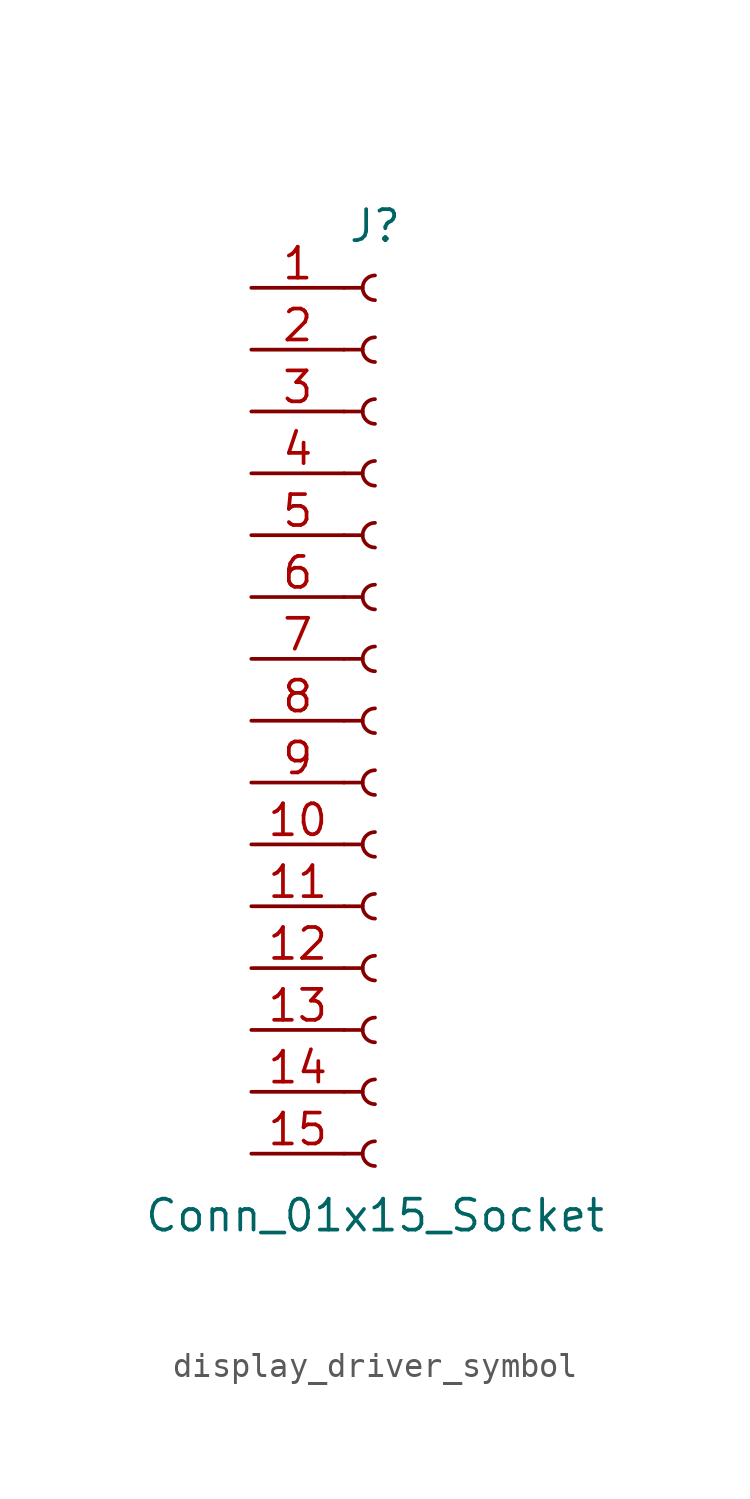
<source format=kicad_sym>
(kicad_symbol_lib
  (version 20220914)
  (generator kicad_symbol_editor)
  (symbol "display_driver_symbol"
    (pin_names
      (offset 1.016) hide)
    (property "Reference" "J"
      (at 0 20.32 0)
      (effects (font (size 1.27 1.27))))
    (property "Value" "Conn_01x15_Socket"
      (at 0 -20.32 0)
      (effects (font (size 1.27 1.27))))
    (symbol "display_driver_symbol_1_1"
      (arc (start 0 -17.272) (mid -0.5058 -17.78) (end 0 -18.288) (stroke (width 0.1524) (type default)) (fill (type none)))
      (arc (start 0 -14.732) (mid -0.5058 -15.24) (end 0 -15.748) (stroke (width 0.1524) (type default)) (fill (type none)))
      (arc (start 0 -12.192) (mid -0.5058 -12.7) (end 0 -13.208) (stroke (width 0.1524) (type default)) (fill (type none)))
      (arc (start 0 -9.652) (mid -0.5058 -10.16) (end 0 -10.668) (stroke (width 0.1524) (type default)) (fill (type none)))
      (arc (start 0 -7.112) (mid -0.5058 -7.62) (end 0 -8.128) (stroke (width 0.1524) (type default)) (fill (type none)))
      (arc (start 0 -4.572) (mid -0.5058 -5.08) (end 0 -5.588) (stroke (width 0.1524) (type default)) (fill (type none)))
      (arc (start 0 -2.032) (mid -0.5058 -2.54) (end 0 -3.048) (stroke (width 0.1524) (type default)) (fill (type none)))
      (polyline (pts (xy -1.27 -17.78) (xy -0.508 -17.78)) (stroke (width 0.152) (type default)) (fill (type none)))
      (polyline (pts (xy -1.27 -15.24) (xy -0.508 -15.24)) (stroke (width 0.152) (type default)) (fill (type none)))
      (polyline (pts (xy -1.27 -12.7) (xy -0.508 -12.7)) (stroke (width 0.152) (type default)) (fill (type none)))
      (polyline (pts (xy -1.27 -10.16) (xy -0.508 -10.16)) (stroke (width 0.152) (type default)) (fill (type none)))
      (polyline (pts (xy -1.27 -7.62) (xy -0.508 -7.62)) (stroke (width 0.152) (type default)) (fill (type none)))
      (polyline (pts (xy -1.27 -5.08) (xy -0.508 -5.08)) (stroke (width 0.152) (type default)) (fill (type none)))
      (polyline (pts (xy -1.27 -2.54) (xy -0.508 -2.54)) (stroke (width 0.152) (type default)) (fill (type none)))
      (polyline (pts (xy -1.27 0) (xy -0.508 0)) (stroke (width 0.152) (type default)) (fill (type none)))
      (polyline (pts (xy -1.27 2.54) (xy -0.508 2.54)) (stroke (width 0.152) (type default)) (fill (type none)))
      (polyline (pts (xy -1.27 5.08) (xy -0.508 5.08)) (stroke (width 0.152) (type default)) (fill (type none)))
      (polyline (pts (xy -1.27 7.62) (xy -0.508 7.62)) (stroke (width 0.152) (type default)) (fill (type none)))
      (polyline (pts (xy -1.27 10.16) (xy -0.508 10.16)) (stroke (width 0.152) (type default)) (fill (type none)))
      (polyline (pts (xy -1.27 12.7) (xy -0.508 12.7)) (stroke (width 0.152) (type default)) (fill (type none)))
      (polyline (pts (xy -1.27 15.24) (xy -0.508 15.24)) (stroke (width 0.152) (type default)) (fill (type none)))
      (polyline (pts (xy -1.27 17.78) (xy -0.508 17.78)) (stroke (width 0.152) (type default)) (fill (type none)))
      (arc (start 0 0.508) (mid -0.5058 0) (end 0 -0.508) (stroke (width 0.1524) (type default)) (fill (type none)))
      (arc (start 0 3.048) (mid -0.5058 2.54) (end 0 2.032) (stroke (width 0.1524) (type default)) (fill (type none)))
      (arc (start 0 5.588) (mid -0.5058 5.08) (end 0 4.572) (stroke (width 0.1524) (type default)) (fill (type none)))
      (arc (start 0 8.128) (mid -0.5058 7.62) (end 0 7.112) (stroke (width 0.1524) (type default)) (fill (type none)))
      (arc (start 0 10.668) (mid -0.5058 10.16) (end 0 9.652) (stroke (width 0.1524) (type default)) (fill (type none)))
      (arc (start 0 13.208) (mid -0.5058 12.7) (end 0 12.192) (stroke (width 0.1524) (type default)) (fill (type none)))
      (arc (start 0 15.748) (mid -0.5058 15.24) (end 0 14.732) (stroke (width 0.1524) (type default)) (fill (type none)))
      (arc (start 0 18.288) (mid -0.5058 17.78) (end 0 17.272) (stroke (width 0.1524) (type default)) (fill (type none)))
      (pin passive line (at -5.08 17.78 0) (length 3.81) (name "VIN" (effects (font (size 1.27 1.27)))) (number "1" (effects (font (size 1.27 1.27)))))
      (pin passive line (at -5.08 -5.08 0) (length 3.81) (name "WAIT" (effects (font (size 1.27 1.27)))) (number "10" (effects (font (size 1.27 1.27)))))
      (pin passive line (at -5.08 -7.62 0) (length 3.81) (name "INIT" (effects (font (size 1.27 1.27)))) (number "11" (effects (font (size 1.27 1.27)))))
      (pin passive line (at -5.08 -10.16 0) (length 3.81) (name "Y+" (effects (font (size 1.27 1.27)))) (number "12" (effects (font (size 1.27 1.27)))))
      (pin passive line (at -5.08 -12.7 0) (length 3.81) (name "Y-" (effects (font (size 1.27 1.27)))) (number "13" (effects (font (size 1.27 1.27)))))
      (pin passive line (at -5.08 -15.24 0) (length 3.81) (name "X-" (effects (font (size 1.27 1.27)))) (number "14" (effects (font (size 1.27 1.27)))))
      (pin passive line (at -5.08 -17.78 0) (length 3.81) (name "X+" (effects (font (size 1.27 1.27)))) (number "15" (effects (font (size 1.27 1.27)))))
      (pin passive line (at -5.08 15.24 0) (length 3.81) (name "GND" (effects (font (size 1.27 1.27)))) (number "2" (effects (font (size 1.27 1.27)))))
      (pin passive line (at -5.08 12.7 0) (length 3.81) (name "3Vo" (effects (font (size 1.27 1.27)))) (number "3" (effects (font (size 1.27 1.27)))))
      (pin passive line (at -5.08 10.16 0) (length 3.81) (name "LITE" (effects (font (size 1.27 1.27)))) (number "4" (effects (font (size 1.27 1.27)))))
      (pin passive line (at -5.08 7.62 0) (length 3.81) (name "SCK" (effects (font (size 1.27 1.27)))) (number "5" (effects (font (size 1.27 1.27)))))
      (pin passive line (at -5.08 5.08 0) (length 3.81) (name "MISO" (effects (font (size 1.27 1.27)))) (number "6" (effects (font (size 1.27 1.27)))))
      (pin passive line (at -5.08 2.54 0) (length 3.81) (name "MOSI" (effects (font (size 1.27 1.27)))) (number "7" (effects (font (size 1.27 1.27)))))
      (pin passive line (at -5.08 0 0) (length 3.81) (name "CS" (effects (font (size 1.27 1.27)))) (number "8" (effects (font (size 1.27 1.27)))))
      (pin passive line (at -5.08 -2.54 0) (length 3.81) (name "RST" (effects (font (size 1.27 1.27)))) (number "9" (effects (font (size 1.27 1.27))))))))
</source>
